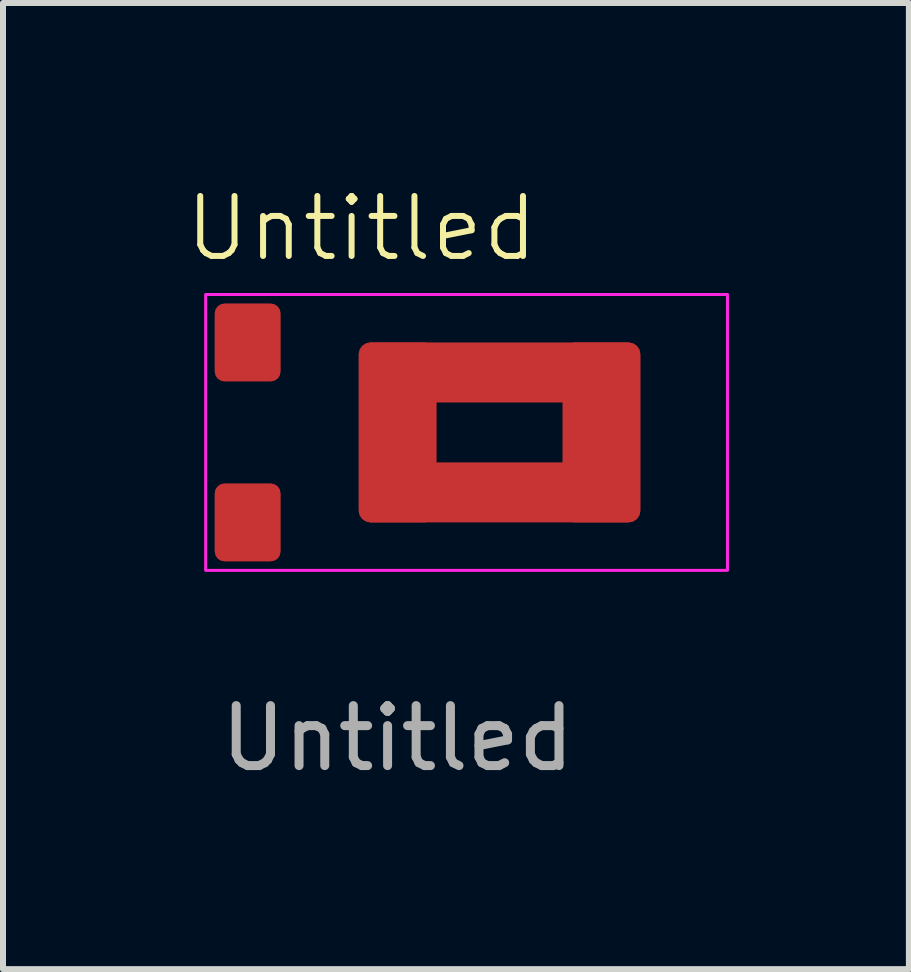
<source format=kicad_pcb>
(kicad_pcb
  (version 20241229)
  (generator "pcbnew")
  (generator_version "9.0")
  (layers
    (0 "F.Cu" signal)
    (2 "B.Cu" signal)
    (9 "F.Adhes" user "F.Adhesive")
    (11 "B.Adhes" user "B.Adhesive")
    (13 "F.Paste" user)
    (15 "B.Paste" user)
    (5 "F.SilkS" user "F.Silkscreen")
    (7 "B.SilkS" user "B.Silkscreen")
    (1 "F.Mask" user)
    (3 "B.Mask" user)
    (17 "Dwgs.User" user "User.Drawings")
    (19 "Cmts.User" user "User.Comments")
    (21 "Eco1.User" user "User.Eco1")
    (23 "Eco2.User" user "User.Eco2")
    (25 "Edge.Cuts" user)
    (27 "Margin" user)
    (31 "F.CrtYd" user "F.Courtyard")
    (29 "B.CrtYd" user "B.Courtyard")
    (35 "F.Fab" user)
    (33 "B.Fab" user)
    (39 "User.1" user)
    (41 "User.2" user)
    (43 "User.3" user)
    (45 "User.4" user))
  (footprint "Untitled"
    (layer "F.Cu")
    (at 2.979 4.16)
    (property "Reference" "Untitled" (at 0 -3.4 0) (unlocked yes) (layer "F.SilkS") (effects (font (size 1 1) (thickness 0.1))))
    (attr smd)
    (fp_rect (start -2.6 -2.3) (end 6.1 2.3) (stroke (width 0.05) (type default)) (fill no) (layer "F.CrtYd"))
    (fp_text user "${REFERENCE}" (at 0.6 5.1 0) (unlocked yes) (layer "F.Fab") (effects (font (size 1 1) (thickness 0.15))))
    (pad "0" smd roundrect (at 0.6 0) (size 1.3 3) (layers "F.Cu" "F.Mask" "F.Paste") (roundrect_rratio 0.15))
    (pad "0" smd roundrect (at 2.3 -1) (size 4.6 1) (layers "F.Cu" "F.Mask" "F.Paste") (roundrect_rratio 0.15))
    (pad "0" smd roundrect (at 2.3 1) (size 4.6 1) (layers "F.Cu" "F.Mask" "F.Paste") (roundrect_rratio 0.15))
    (pad "0" smd roundrect (at 4 0) (size 1.3 3) (layers "F.Cu" "F.Mask" "F.Paste") (roundrect_rratio 0.15))
    (pad "1" smd roundrect (at -1.9 -1.5) (size 1.1 1.3) (layers "F.Cu" "F.Mask" "F.Paste") (roundrect_rratio 0.15))
    (pad "2" smd roundrect (at -1.9 1.5) (size 1.1 1.3) (layers "F.Cu" "F.Mask" "F.Paste") (roundrect_rratio 0.15)))
  (gr_rect
    (start -3 -3)
    (end 12.104 13.109)
    (stroke (width 0.1) (type default))
    (fill no)
    (layer "Edge.Cuts")))
</source>
